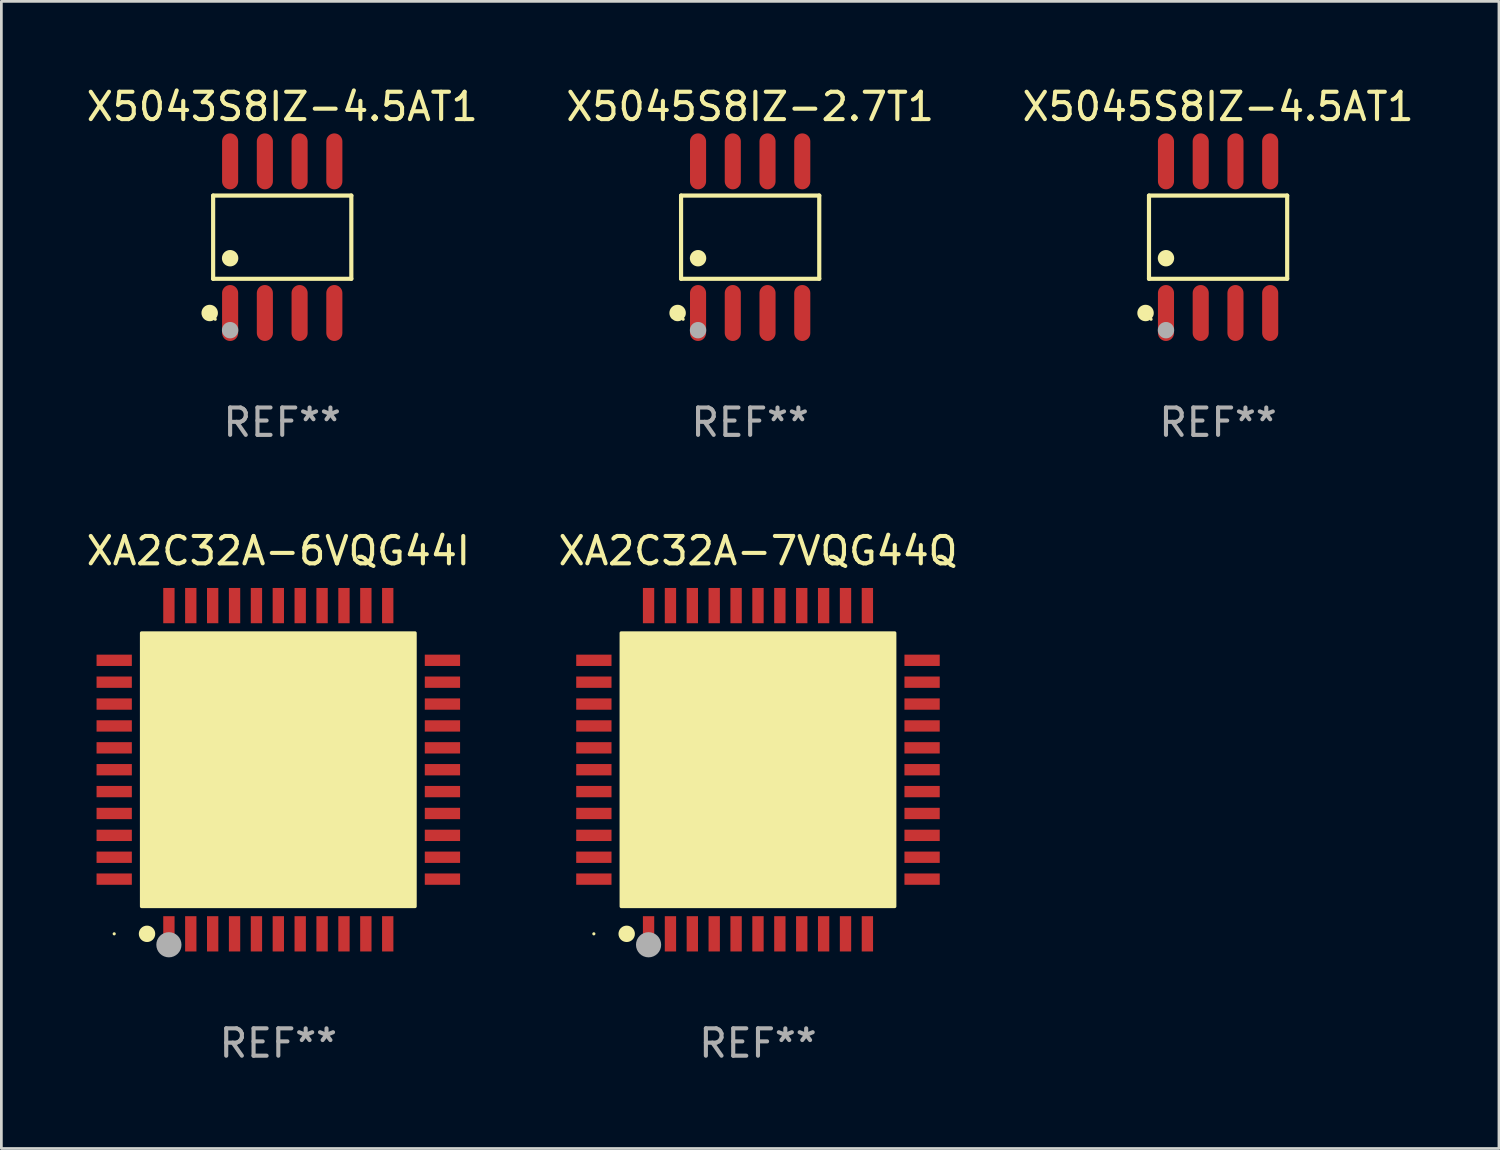
<source format=kicad_pcb>
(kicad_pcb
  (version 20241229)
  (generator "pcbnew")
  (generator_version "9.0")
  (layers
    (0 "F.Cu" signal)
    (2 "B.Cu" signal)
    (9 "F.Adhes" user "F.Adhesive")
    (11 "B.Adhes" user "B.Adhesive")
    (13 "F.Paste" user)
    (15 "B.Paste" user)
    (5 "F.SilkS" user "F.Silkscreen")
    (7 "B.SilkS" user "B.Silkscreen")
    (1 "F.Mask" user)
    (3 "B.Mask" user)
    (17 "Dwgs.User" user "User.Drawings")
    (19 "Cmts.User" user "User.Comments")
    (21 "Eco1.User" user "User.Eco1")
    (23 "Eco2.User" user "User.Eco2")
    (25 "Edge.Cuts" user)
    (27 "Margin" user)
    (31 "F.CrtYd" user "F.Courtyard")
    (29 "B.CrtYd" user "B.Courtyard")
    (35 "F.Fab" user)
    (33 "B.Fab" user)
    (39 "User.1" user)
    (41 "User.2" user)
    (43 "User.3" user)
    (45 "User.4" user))
  (footprint "XA2C32A-6VQG44I"
    (layer "F.Cu")
    (at 7.125 25.09)
    (property "Reference" "XA2C32A-6VQG44I" (at 0 -8 0) (layer "F.SilkS") (effects (font (size 1 1) (thickness 0.15))))
    (attr through_hole)
    (fp_circle (center -6 6) (end -5.97 6) (stroke (width 0.06) (type solid)) (fill no) (layer "F.SilkS"))
    (fp_circle (center -4.8 6) (end -4.65 6) (stroke (width 0.3) (type solid)) (fill no) (layer "F.SilkS"))
    (fp_poly (pts (xy -5 -5) (xy 5 -5) (xy 5 5) (xy -5 5)) (stroke (width 0.12) (type solid)) (fill yes) (layer "F.SilkS"))
    (fp_circle (center -4 6.4) (end -3.77 6.4) (stroke (width 0.46) (type solid)) (fill no) (layer "F.Fab"))
    (fp_text user "REF**" (at 0 10 0) (layer "F.Fab") (effects (font (size 1 1) (thickness 0.15))))
    (pad "1" smd rect (at -4 6 90) (size 1.29 0.414) (layers "F.Cu" "F.Mask" "F.Paste"))
    (pad "2" smd rect (at -3.2 6 90) (size 1.29 0.414) (layers "F.Cu" "F.Mask" "F.Paste"))
    (pad "3" smd rect (at -2.4 6 90) (size 1.29 0.414) (layers "F.Cu" "F.Mask" "F.Paste"))
    (pad "4" smd rect (at -1.6 6 90) (size 1.29 0.414) (layers "F.Cu" "F.Mask" "F.Paste"))
    (pad "5" smd rect (at -0.8 6 90) (size 1.29 0.414) (layers "F.Cu" "F.Mask" "F.Paste"))
    (pad "6" smd rect (at 0 6 90) (size 1.29 0.414) (layers "F.Cu" "F.Mask" "F.Paste"))
    (pad "7" smd rect (at 0.8 6 90) (size 1.29 0.414) (layers "F.Cu" "F.Mask" "F.Paste"))
    (pad "8" smd rect (at 1.6 6 90) (size 1.29 0.414) (layers "F.Cu" "F.Mask" "F.Paste"))
    (pad "9" smd rect (at 2.4 6 90) (size 1.29 0.414) (layers "F.Cu" "F.Mask" "F.Paste"))
    (pad "10" smd rect (at 3.2 6 90) (size 1.29 0.414) (layers "F.Cu" "F.Mask" "F.Paste"))
    (pad "11" smd rect (at 4 6 90) (size 1.29 0.414) (layers "F.Cu" "F.Mask" "F.Paste"))
    (pad "12" smd rect (at 6 4 90) (size 0.414 1.29) (layers "F.Cu" "F.Mask" "F.Paste"))
    (pad "13" smd rect (at 6 3.2 90) (size 0.414 1.29) (layers "F.Cu" "F.Mask" "F.Paste"))
    (pad "14" smd rect (at 6 2.4 90) (size 0.414 1.29) (layers "F.Cu" "F.Mask" "F.Paste"))
    (pad "15" smd rect (at 6 1.6 90) (size 0.414 1.29) (layers "F.Cu" "F.Mask" "F.Paste"))
    (pad "16" smd rect (at 6 0.8 90) (size 0.414 1.29) (layers "F.Cu" "F.Mask" "F.Paste"))
    (pad "17" smd rect (at 6 0 90) (size 0.414 1.29) (layers "F.Cu" "F.Mask" "F.Paste"))
    (pad "18" smd rect (at 6 -0.8 90) (size 0.414 1.29) (layers "F.Cu" "F.Mask" "F.Paste"))
    (pad "19" smd rect (at 6 -1.6 90) (size 0.414 1.29) (layers "F.Cu" "F.Mask" "F.Paste"))
    (pad "20" smd rect (at 6 -2.4 90) (size 0.414 1.29) (layers "F.Cu" "F.Mask" "F.Paste"))
    (pad "21" smd rect (at 6 -3.2 90) (size 0.414 1.29) (layers "F.Cu" "F.Mask" "F.Paste"))
    (pad "22" smd rect (at 6 -4 90) (size 0.414 1.29) (layers "F.Cu" "F.Mask" "F.Paste"))
    (pad "23" smd rect (at 4 -6 90) (size 1.29 0.414) (layers "F.Cu" "F.Mask" "F.Paste"))
    (pad "24" smd rect (at 3.2 -6 90) (size 1.29 0.414) (layers "F.Cu" "F.Mask" "F.Paste"))
    (pad "25" smd rect (at 2.4 -6 90) (size 1.29 0.414) (layers "F.Cu" "F.Mask" "F.Paste"))
    (pad "26" smd rect (at 1.6 -6 90) (size 1.29 0.414) (layers "F.Cu" "F.Mask" "F.Paste"))
    (pad "27" smd rect (at 0.8 -6 90) (size 1.29 0.414) (layers "F.Cu" "F.Mask" "F.Paste"))
    (pad "28" smd rect (at 0 -6 90) (size 1.29 0.414) (layers "F.Cu" "F.Mask" "F.Paste"))
    (pad "29" smd rect (at -0.8 -6 90) (size 1.29 0.414) (layers "F.Cu" "F.Mask" "F.Paste"))
    (pad "30" smd rect (at -1.6 -6 90) (size 1.29 0.414) (layers "F.Cu" "F.Mask" "F.Paste"))
    (pad "31" smd rect (at -2.4 -6 90) (size 1.29 0.414) (layers "F.Cu" "F.Mask" "F.Paste"))
    (pad "32" smd rect (at -3.2 -6 90) (size 1.29 0.414) (layers "F.Cu" "F.Mask" "F.Paste"))
    (pad "33" smd rect (at -4 -6 90) (size 1.29 0.414) (layers "F.Cu" "F.Mask" "F.Paste"))
    (pad "34" smd rect (at -6 -4 180) (size 1.29 0.414) (layers "F.Cu" "F.Mask" "F.Paste"))
    (pad "35" smd rect (at -6 -3.2 180) (size 1.29 0.414) (layers "F.Cu" "F.Mask" "F.Paste"))
    (pad "36" smd rect (at -6 -2.4 180) (size 1.29 0.414) (layers "F.Cu" "F.Mask" "F.Paste"))
    (pad "37" smd rect (at -6 -1.6 180) (size 1.29 0.414) (layers "F.Cu" "F.Mask" "F.Paste"))
    (pad "38" smd rect (at -6 -0.8 180) (size 1.29 0.414) (layers "F.Cu" "F.Mask" "F.Paste"))
    (pad "39" smd rect (at -6 0 180) (size 1.29 0.414) (layers "F.Cu" "F.Mask" "F.Paste"))
    (pad "40" smd rect (at -6 0.8 180) (size 1.29 0.414) (layers "F.Cu" "F.Mask" "F.Paste"))
    (pad "41" smd rect (at -6 1.6 180) (size 1.29 0.414) (layers "F.Cu" "F.Mask" "F.Paste"))
    (pad "42" smd rect (at -6 2.4 180) (size 1.29 0.414) (layers "F.Cu" "F.Mask" "F.Paste"))
    (pad "43" smd rect (at -6 3.2 180) (size 1.29 0.414) (layers "F.Cu" "F.Mask" "F.Paste"))
    (pad "44" smd rect (at -6 4 180) (size 1.29 0.414) (layers "F.Cu" "F.Mask" "F.Paste")))
  (footprint "X5043S8IZ-4.5AT1"
    (layer "F.Cu")
    (at 7.268 5.621)
    (property "Reference" "X5043S8IZ-4.5AT1" (at 0 -4.772 0) (layer "F.SilkS") (effects (font (size 1 1) (thickness 0.15))))
    (attr through_hole)
    (fp_line (start -2.526 -1.521) (end 2.526 -1.521) (stroke (width 0.152) (type solid)) (layer "F.SilkS"))
    (fp_line (start -2.526 1.521) (end -2.526 -1.521) (stroke (width 0.152) (type solid)) (layer "F.SilkS"))
    (fp_line (start 2.526 -1.521) (end 2.526 1.521) (stroke (width 0.152) (type solid)) (layer "F.SilkS"))
    (fp_line (start 2.526 1.521) (end -2.526 1.521) (stroke (width 0.152) (type solid)) (layer "F.SilkS"))
    (fp_circle (center -2.652 2.772) (end -2.501 2.772) (stroke (width 0.3) (type solid)) (fill no) (layer "F.SilkS"))
    (fp_circle (center -2.45 3) (end -2.42 3) (stroke (width 0.06) (type solid)) (fill no) (layer "F.SilkS"))
    (fp_circle (center -1.905 0.769) (end -1.755 0.769) (stroke (width 0.3) (type solid)) (fill no) (layer "F.SilkS"))
    (fp_circle (center -1.905 3.4) (end -1.755 3.4) (stroke (width 0.3) (type solid)) (fill no) (layer "F.Fab"))
    (fp_text user "REF**" (at 0 6.772 0) (layer "F.Fab") (effects (font (size 1 1) (thickness 0.15))))
    (pad "1" smd oval (at -1.905 2.772) (size 0.588 2.045) (layers "F.Cu" "F.Mask" "F.Paste"))
    (pad "2" smd oval (at -0.635 2.772) (size 0.588 2.045) (layers "F.Cu" "F.Mask" "F.Paste"))
    (pad "3" smd oval (at 0.635 2.772) (size 0.588 2.045) (layers "F.Cu" "F.Mask" "F.Paste"))
    (pad "4" smd oval (at 1.905 2.772) (size 0.588 2.045) (layers "F.Cu" "F.Mask" "F.Paste"))
    (pad "5" smd oval (at 1.905 -2.772) (size 0.588 2.045) (layers "F.Cu" "F.Mask" "F.Paste"))
    (pad "6" smd oval (at 0.635 -2.772) (size 0.588 2.045) (layers "F.Cu" "F.Mask" "F.Paste"))
    (pad "7" smd oval (at -0.635 -2.772) (size 0.588 2.045) (layers "F.Cu" "F.Mask" "F.Paste"))
    (pad "8" smd oval (at -1.905 -2.772) (size 0.588 2.045) (layers "F.Cu" "F.Mask" "F.Paste")))
  (footprint "X5045S8IZ-2.7T1"
    (layer "F.Cu")
    (at 24.375 5.621)
    (property "Reference" "X5045S8IZ-2.7T1" (at 0 -4.772 0) (layer "F.SilkS") (effects (font (size 1 1) (thickness 0.15))))
    (attr through_hole)
    (fp_line (start -2.526 -1.521) (end 2.526 -1.521) (stroke (width 0.152) (type solid)) (layer "F.SilkS"))
    (fp_line (start -2.526 1.521) (end -2.526 -1.521) (stroke (width 0.152) (type solid)) (layer "F.SilkS"))
    (fp_line (start 2.526 -1.521) (end 2.526 1.521) (stroke (width 0.152) (type solid)) (layer "F.SilkS"))
    (fp_line (start 2.526 1.521) (end -2.526 1.521) (stroke (width 0.152) (type solid)) (layer "F.SilkS"))
    (fp_circle (center -2.652 2.772) (end -2.501 2.772) (stroke (width 0.3) (type solid)) (fill no) (layer "F.SilkS"))
    (fp_circle (center -2.45 3) (end -2.42 3) (stroke (width 0.06) (type solid)) (fill no) (layer "F.SilkS"))
    (fp_circle (center -1.905 0.769) (end -1.755 0.769) (stroke (width 0.3) (type solid)) (fill no) (layer "F.SilkS"))
    (fp_circle (center -1.905 3.4) (end -1.755 3.4) (stroke (width 0.3) (type solid)) (fill no) (layer "F.Fab"))
    (fp_text user "REF**" (at 0 6.772 0) (layer "F.Fab") (effects (font (size 1 1) (thickness 0.15))))
    (pad "1" smd oval (at -1.905 2.772) (size 0.588 2.045) (layers "F.Cu" "F.Mask" "F.Paste"))
    (pad "2" smd oval (at -0.635 2.772) (size 0.588 2.045) (layers "F.Cu" "F.Mask" "F.Paste"))
    (pad "3" smd oval (at 0.635 2.772) (size 0.588 2.045) (layers "F.Cu" "F.Mask" "F.Paste"))
    (pad "4" smd oval (at 1.905 2.772) (size 0.588 2.045) (layers "F.Cu" "F.Mask" "F.Paste"))
    (pad "5" smd oval (at 1.905 -2.772) (size 0.588 2.045) (layers "F.Cu" "F.Mask" "F.Paste"))
    (pad "6" smd oval (at 0.635 -2.772) (size 0.588 2.045) (layers "F.Cu" "F.Mask" "F.Paste"))
    (pad "7" smd oval (at -0.635 -2.772) (size 0.588 2.045) (layers "F.Cu" "F.Mask" "F.Paste"))
    (pad "8" smd oval (at -1.905 -2.772) (size 0.588 2.045) (layers "F.Cu" "F.Mask" "F.Paste")))
  (footprint "XA2C32A-7VQG44Q"
    (layer "F.Cu")
    (at 24.661 25.09)
    (property "Reference" "XA2C32A-7VQG44Q" (at 0 -8 0) (layer "F.SilkS") (effects (font (size 1 1) (thickness 0.15))))
    (attr through_hole)
    (fp_circle (center -6 6) (end -5.97 6) (stroke (width 0.06) (type solid)) (fill no) (layer "F.SilkS"))
    (fp_circle (center -4.8 6) (end -4.65 6) (stroke (width 0.3) (type solid)) (fill no) (layer "F.SilkS"))
    (fp_poly (pts (xy -5 -5) (xy 5 -5) (xy 5 5) (xy -5 5)) (stroke (width 0.12) (type solid)) (fill yes) (layer "F.SilkS"))
    (fp_circle (center -4 6.4) (end -3.77 6.4) (stroke (width 0.46) (type solid)) (fill no) (layer "F.Fab"))
    (fp_text user "REF**" (at 0 10 0) (layer "F.Fab") (effects (font (size 1 1) (thickness 0.15))))
    (pad "1" smd rect (at -4 6 90) (size 1.29 0.414) (layers "F.Cu" "F.Mask" "F.Paste"))
    (pad "2" smd rect (at -3.2 6 90) (size 1.29 0.414) (layers "F.Cu" "F.Mask" "F.Paste"))
    (pad "3" smd rect (at -2.4 6 90) (size 1.29 0.414) (layers "F.Cu" "F.Mask" "F.Paste"))
    (pad "4" smd rect (at -1.6 6 90) (size 1.29 0.414) (layers "F.Cu" "F.Mask" "F.Paste"))
    (pad "5" smd rect (at -0.8 6 90) (size 1.29 0.414) (layers "F.Cu" "F.Mask" "F.Paste"))
    (pad "6" smd rect (at 0 6 90) (size 1.29 0.414) (layers "F.Cu" "F.Mask" "F.Paste"))
    (pad "7" smd rect (at 0.8 6 90) (size 1.29 0.414) (layers "F.Cu" "F.Mask" "F.Paste"))
    (pad "8" smd rect (at 1.6 6 90) (size 1.29 0.414) (layers "F.Cu" "F.Mask" "F.Paste"))
    (pad "9" smd rect (at 2.4 6 90) (size 1.29 0.414) (layers "F.Cu" "F.Mask" "F.Paste"))
    (pad "10" smd rect (at 3.2 6 90) (size 1.29 0.414) (layers "F.Cu" "F.Mask" "F.Paste"))
    (pad "11" smd rect (at 4 6 90) (size 1.29 0.414) (layers "F.Cu" "F.Mask" "F.Paste"))
    (pad "12" smd rect (at 6 4 90) (size 0.414 1.29) (layers "F.Cu" "F.Mask" "F.Paste"))
    (pad "13" smd rect (at 6 3.2 90) (size 0.414 1.29) (layers "F.Cu" "F.Mask" "F.Paste"))
    (pad "14" smd rect (at 6 2.4 90) (size 0.414 1.29) (layers "F.Cu" "F.Mask" "F.Paste"))
    (pad "15" smd rect (at 6 1.6 90) (size 0.414 1.29) (layers "F.Cu" "F.Mask" "F.Paste"))
    (pad "16" smd rect (at 6 0.8 90) (size 0.414 1.29) (layers "F.Cu" "F.Mask" "F.Paste"))
    (pad "17" smd rect (at 6 0 90) (size 0.414 1.29) (layers "F.Cu" "F.Mask" "F.Paste"))
    (pad "18" smd rect (at 6 -0.8 90) (size 0.414 1.29) (layers "F.Cu" "F.Mask" "F.Paste"))
    (pad "19" smd rect (at 6 -1.6 90) (size 0.414 1.29) (layers "F.Cu" "F.Mask" "F.Paste"))
    (pad "20" smd rect (at 6 -2.4 90) (size 0.414 1.29) (layers "F.Cu" "F.Mask" "F.Paste"))
    (pad "21" smd rect (at 6 -3.2 90) (size 0.414 1.29) (layers "F.Cu" "F.Mask" "F.Paste"))
    (pad "22" smd rect (at 6 -4 90) (size 0.414 1.29) (layers "F.Cu" "F.Mask" "F.Paste"))
    (pad "23" smd rect (at 4 -6 90) (size 1.29 0.414) (layers "F.Cu" "F.Mask" "F.Paste"))
    (pad "24" smd rect (at 3.2 -6 90) (size 1.29 0.414) (layers "F.Cu" "F.Mask" "F.Paste"))
    (pad "25" smd rect (at 2.4 -6 90) (size 1.29 0.414) (layers "F.Cu" "F.Mask" "F.Paste"))
    (pad "26" smd rect (at 1.6 -6 90) (size 1.29 0.414) (layers "F.Cu" "F.Mask" "F.Paste"))
    (pad "27" smd rect (at 0.8 -6 90) (size 1.29 0.414) (layers "F.Cu" "F.Mask" "F.Paste"))
    (pad "28" smd rect (at 0 -6 90) (size 1.29 0.414) (layers "F.Cu" "F.Mask" "F.Paste"))
    (pad "29" smd rect (at -0.8 -6 90) (size 1.29 0.414) (layers "F.Cu" "F.Mask" "F.Paste"))
    (pad "30" smd rect (at -1.6 -6 90) (size 1.29 0.414) (layers "F.Cu" "F.Mask" "F.Paste"))
    (pad "31" smd rect (at -2.4 -6 90) (size 1.29 0.414) (layers "F.Cu" "F.Mask" "F.Paste"))
    (pad "32" smd rect (at -3.2 -6 90) (size 1.29 0.414) (layers "F.Cu" "F.Mask" "F.Paste"))
    (pad "33" smd rect (at -4 -6 90) (size 1.29 0.414) (layers "F.Cu" "F.Mask" "F.Paste"))
    (pad "34" smd rect (at -6 -4 180) (size 1.29 0.414) (layers "F.Cu" "F.Mask" "F.Paste"))
    (pad "35" smd rect (at -6 -3.2 180) (size 1.29 0.414) (layers "F.Cu" "F.Mask" "F.Paste"))
    (pad "36" smd rect (at -6 -2.4 180) (size 1.29 0.414) (layers "F.Cu" "F.Mask" "F.Paste"))
    (pad "37" smd rect (at -6 -1.6 180) (size 1.29 0.414) (layers "F.Cu" "F.Mask" "F.Paste"))
    (pad "38" smd rect (at -6 -0.8 180) (size 1.29 0.414) (layers "F.Cu" "F.Mask" "F.Paste"))
    (pad "39" smd rect (at -6 0 180) (size 1.29 0.414) (layers "F.Cu" "F.Mask" "F.Paste"))
    (pad "40" smd rect (at -6 0.8 180) (size 1.29 0.414) (layers "F.Cu" "F.Mask" "F.Paste"))
    (pad "41" smd rect (at -6 1.6 180) (size 1.29 0.414) (layers "F.Cu" "F.Mask" "F.Paste"))
    (pad "42" smd rect (at -6 2.4 180) (size 1.29 0.414) (layers "F.Cu" "F.Mask" "F.Paste"))
    (pad "43" smd rect (at -6 3.2 180) (size 1.29 0.414) (layers "F.Cu" "F.Mask" "F.Paste"))
    (pad "44" smd rect (at -6 4 180) (size 1.29 0.414) (layers "F.Cu" "F.Mask" "F.Paste")))
  (footprint "X5045S8IZ-4.5AT1"
    (layer "F.Cu")
    (at 41.482 5.621)
    (property "Reference" "X5045S8IZ-4.5AT1" (at 0 -4.772 0) (layer "F.SilkS") (effects (font (size 1 1) (thickness 0.15))))
    (attr through_hole)
    (fp_line (start -2.526 -1.521) (end 2.526 -1.521) (stroke (width 0.152) (type solid)) (layer "F.SilkS"))
    (fp_line (start -2.526 1.521) (end -2.526 -1.521) (stroke (width 0.152) (type solid)) (layer "F.SilkS"))
    (fp_line (start 2.526 -1.521) (end 2.526 1.521) (stroke (width 0.152) (type solid)) (layer "F.SilkS"))
    (fp_line (start 2.526 1.521) (end -2.526 1.521) (stroke (width 0.152) (type solid)) (layer "F.SilkS"))
    (fp_circle (center -2.652 2.772) (end -2.501 2.772) (stroke (width 0.3) (type solid)) (fill no) (layer "F.SilkS"))
    (fp_circle (center -2.45 3) (end -2.42 3) (stroke (width 0.06) (type solid)) (fill no) (layer "F.SilkS"))
    (fp_circle (center -1.905 0.769) (end -1.755 0.769) (stroke (width 0.3) (type solid)) (fill no) (layer "F.SilkS"))
    (fp_circle (center -1.905 3.4) (end -1.755 3.4) (stroke (width 0.3) (type solid)) (fill no) (layer "F.Fab"))
    (fp_text user "REF**" (at 0 6.772 0) (layer "F.Fab") (effects (font (size 1 1) (thickness 0.15))))
    (pad "1" smd oval (at -1.905 2.772) (size 0.588 2.045) (layers "F.Cu" "F.Mask" "F.Paste"))
    (pad "2" smd oval (at -0.635 2.772) (size 0.588 2.045) (layers "F.Cu" "F.Mask" "F.Paste"))
    (pad "3" smd oval (at 0.635 2.772) (size 0.588 2.045) (layers "F.Cu" "F.Mask" "F.Paste"))
    (pad "4" smd oval (at 1.905 2.772) (size 0.588 2.045) (layers "F.Cu" "F.Mask" "F.Paste"))
    (pad "5" smd oval (at 1.905 -2.772) (size 0.588 2.045) (layers "F.Cu" "F.Mask" "F.Paste"))
    (pad "6" smd oval (at 0.635 -2.772) (size 0.588 2.045) (layers "F.Cu" "F.Mask" "F.Paste"))
    (pad "7" smd oval (at -0.635 -2.772) (size 0.588 2.045) (layers "F.Cu" "F.Mask" "F.Paste"))
    (pad "8" smd oval (at -1.905 -2.772) (size 0.588 2.045) (layers "F.Cu" "F.Mask" "F.Paste")))
  (gr_rect
    (start -3 -3)
    (end 51.75 38.938)
    (stroke (width 0.1) (type default))
    (fill no)
    (layer "Edge.Cuts")))
</source>
